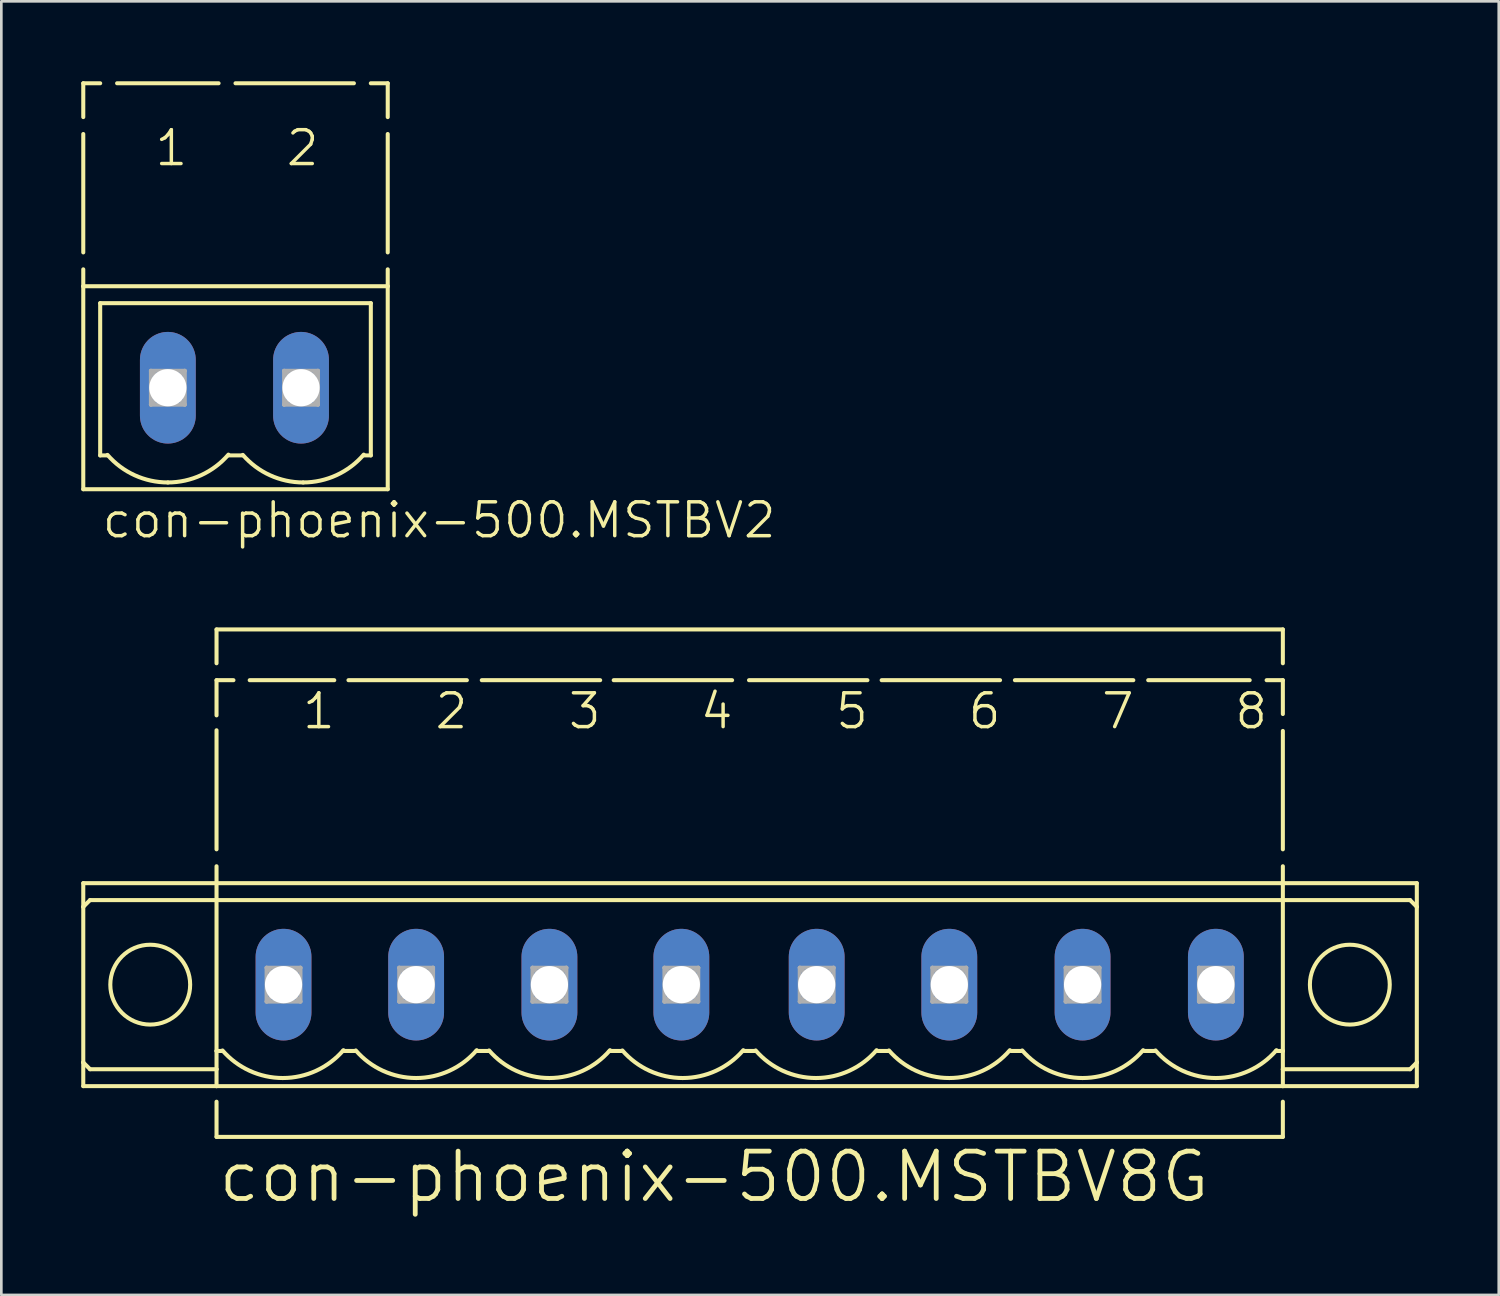
<source format=kicad_pcb>
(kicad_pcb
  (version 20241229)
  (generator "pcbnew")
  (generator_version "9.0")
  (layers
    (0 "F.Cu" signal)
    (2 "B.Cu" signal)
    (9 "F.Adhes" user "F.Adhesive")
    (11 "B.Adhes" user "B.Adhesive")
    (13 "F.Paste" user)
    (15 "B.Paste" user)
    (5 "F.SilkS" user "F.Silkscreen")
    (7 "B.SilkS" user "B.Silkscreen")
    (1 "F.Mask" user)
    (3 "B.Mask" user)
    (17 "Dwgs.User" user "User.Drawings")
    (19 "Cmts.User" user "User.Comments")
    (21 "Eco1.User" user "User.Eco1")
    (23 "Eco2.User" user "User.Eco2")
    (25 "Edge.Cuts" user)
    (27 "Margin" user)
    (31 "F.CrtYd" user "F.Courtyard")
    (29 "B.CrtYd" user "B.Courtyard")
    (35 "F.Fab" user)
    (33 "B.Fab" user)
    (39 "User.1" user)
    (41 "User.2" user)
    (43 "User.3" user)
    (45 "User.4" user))
  (footprint "con-phoenix-500.MSTBV8G"
    (layer "F.Cu")
    (at 25.094 33.915)
    (property "Reference" "con-phoenix-500.MSTBV8G" (at -20.04 8.255 0) (layer "F.SilkS") (effects (font (size 1.778 1.778) (thickness 0.18)) (justify left bottom)))
    (attr through_hole)
    (fp_line (start -25.018 -2.921) (end -25.018 -3.81) (stroke (width 0.152) (type default)) (layer "F.SilkS"))
    (fp_line (start -25.018 -2.921) (end -25.018 2.921) (stroke (width 0.152) (type default)) (layer "F.SilkS"))
    (fp_line (start -25.018 2.921) (end -25.018 3.81) (stroke (width 0.152) (type default)) (layer "F.SilkS"))
    (fp_line (start -24.764 -3.175) (end -25.018 -2.921) (stroke (width 0.152) (type default)) (layer "F.SilkS"))
    (fp_line (start -24.764 -3.175) (end -20.015 -3.175) (stroke (width 0.152) (type default)) (layer "F.SilkS"))
    (fp_line (start -24.764 3.175) (end -25.018 2.921) (stroke (width 0.152) (type default)) (layer "F.SilkS"))
    (fp_line (start -20.015 -13.335) (end -20.015 -12.065) (stroke (width 0.152) (type default)) (layer "F.SilkS"))
    (fp_line (start -20.015 -11.43) (end -20.015 -10.109) (stroke (width 0.152) (type default)) (layer "F.SilkS"))
    (fp_line (start -20.015 -11.43) (end -19.38 -11.43) (stroke (width 0.152) (type default)) (layer "F.SilkS"))
    (fp_line (start -20.015 -9.55) (end -20.015 -5.08) (stroke (width 0.152) (type default)) (layer "F.SilkS"))
    (fp_line (start -20.015 -4.445) (end -20.015 -3.81) (stroke (width 0.152) (type default)) (layer "F.SilkS"))
    (fp_line (start -20.015 -3.81) (end -25.018 -3.81) (stroke (width 0.152) (type default)) (layer "F.SilkS"))
    (fp_line (start -20.015 -3.81) (end -20.015 -3.175) (stroke (width 0.152) (type default)) (layer "F.SilkS"))
    (fp_line (start -20.015 -3.81) (end 20.016 -3.81) (stroke (width 0.152) (type default)) (layer "F.SilkS"))
    (fp_line (start -20.015 -3.175) (end -20.015 2.489) (stroke (width 0.152) (type default)) (layer "F.SilkS"))
    (fp_line (start -20.015 -3.175) (end 20.016 -3.175) (stroke (width 0.152) (type default)) (layer "F.SilkS"))
    (fp_line (start -20.015 2.489) (end -20.015 3.175) (stroke (width 0.152) (type default)) (layer "F.SilkS"))
    (fp_line (start -20.015 2.489) (end -19.811 2.489) (stroke (width 0.152) (type default)) (layer "F.SilkS"))
    (fp_line (start -20.015 3.175) (end -24.764 3.175) (stroke (width 0.152) (type default)) (layer "F.SilkS"))
    (fp_line (start -20.015 3.175) (end -20.015 3.81) (stroke (width 0.152) (type default)) (layer "F.SilkS"))
    (fp_line (start -20.015 3.81) (end -25.018 3.81) (stroke (width 0.152) (type default)) (layer "F.SilkS"))
    (fp_line (start -20.015 3.81) (end 20.016 3.81) (stroke (width 0.152) (type default)) (layer "F.SilkS"))
    (fp_line (start -20.015 4.394) (end -20.015 5.715) (stroke (width 0.152) (type default)) (layer "F.SilkS"))
    (fp_line (start -18.77 -11.43) (end -15.595 -11.43) (stroke (width 0.152) (type default)) (layer "F.SilkS"))
    (fp_line (start -15.265 2.489) (end -14.808 2.489) (stroke (width 0.152) (type default)) (layer "F.SilkS"))
    (fp_line (start -15.062 -11.43) (end -10.617 -11.43) (stroke (width 0.152) (type default)) (layer "F.SilkS"))
    (fp_line (start -10.261 2.489) (end -9.804 2.489) (stroke (width 0.152) (type default)) (layer "F.SilkS"))
    (fp_line (start -10.058 -11.43) (end -5.613 -11.43) (stroke (width 0.152) (type default)) (layer "F.SilkS"))
    (fp_line (start -5.257 2.489) (end -4.8 2.489) (stroke (width 0.152) (type default)) (layer "F.SilkS"))
    (fp_line (start -5.105 -11.43) (end -0.66 -11.43) (stroke (width 0.152) (type default)) (layer "F.SilkS"))
    (fp_line (start -0.228 2.489) (end 0.204 2.489) (stroke (width 0.152) (type default)) (layer "F.SilkS"))
    (fp_line (start -0.025 -11.43) (end 4.42 -11.43) (stroke (width 0.152) (type default)) (layer "F.SilkS"))
    (fp_line (start 4.801 2.489) (end 5.208 2.489) (stroke (width 0.152) (type default)) (layer "F.SilkS"))
    (fp_line (start 4.954 -11.43) (end 9.399 -11.43) (stroke (width 0.152) (type default)) (layer "F.SilkS"))
    (fp_line (start 9.805 2.489) (end 10.211 2.489) (stroke (width 0.152) (type default)) (layer "F.SilkS"))
    (fp_line (start 9.957 -11.43) (end 14.402 -11.43) (stroke (width 0.152) (type default)) (layer "F.SilkS"))
    (fp_line (start 14.809 2.489) (end 15.215 2.489) (stroke (width 0.152) (type default)) (layer "F.SilkS"))
    (fp_line (start 14.961 -11.43) (end 18.771 -11.43) (stroke (width 0.152) (type default)) (layer "F.SilkS"))
    (fp_line (start 19.406 -11.43) (end 20.016 -11.43) (stroke (width 0.152) (type default)) (layer "F.SilkS"))
    (fp_line (start 19.762 2.489) (end 20.016 2.489) (stroke (width 0.152) (type default)) (layer "F.SilkS"))
    (fp_line (start 20.016 -13.335) (end -20.015 -13.335) (stroke (width 0.152) (type default)) (layer "F.SilkS"))
    (fp_line (start 20.016 -13.335) (end 20.016 -12.065) (stroke (width 0.152) (type default)) (layer "F.SilkS"))
    (fp_line (start 20.016 -11.43) (end 20.016 -10.16) (stroke (width 0.152) (type default)) (layer "F.SilkS"))
    (fp_line (start 20.016 -9.525) (end 20.016 -5.08) (stroke (width 0.152) (type default)) (layer "F.SilkS"))
    (fp_line (start 20.016 -4.445) (end 20.016 -3.81) (stroke (width 0.152) (type default)) (layer "F.SilkS"))
    (fp_line (start 20.016 -3.81) (end 25.045 -3.81) (stroke (width 0.152) (type default)) (layer "F.SilkS"))
    (fp_line (start 20.016 -3.175) (end 20.016 -3.81) (stroke (width 0.152) (type default)) (layer "F.SilkS"))
    (fp_line (start 20.016 -3.175) (end 24.791 -3.175) (stroke (width 0.152) (type default)) (layer "F.SilkS"))
    (fp_line (start 20.016 2.489) (end 20.016 -3.175) (stroke (width 0.152) (type default)) (layer "F.SilkS"))
    (fp_line (start 20.016 3.175) (end 20.016 2.489) (stroke (width 0.152) (type default)) (layer "F.SilkS"))
    (fp_line (start 20.016 3.81) (end 20.016 3.175) (stroke (width 0.152) (type default)) (layer "F.SilkS"))
    (fp_line (start 20.016 3.81) (end 25.045 3.81) (stroke (width 0.152) (type default)) (layer "F.SilkS"))
    (fp_line (start 20.016 4.394) (end 20.016 5.715) (stroke (width 0.152) (type default)) (layer "F.SilkS"))
    (fp_line (start 20.016 5.715) (end -20.015 5.715) (stroke (width 0.152) (type default)) (layer "F.SilkS"))
    (fp_line (start 24.791 -3.175) (end 25.045 -2.921) (stroke (width 0.152) (type default)) (layer "F.SilkS"))
    (fp_line (start 24.791 3.175) (end 20.016 3.175) (stroke (width 0.152) (type default)) (layer "F.SilkS"))
    (fp_line (start 24.791 3.175) (end 25.045 2.921) (stroke (width 0.152) (type default)) (layer "F.SilkS"))
    (fp_line (start 25.045 -2.921) (end 25.045 -3.81) (stroke (width 0.152) (type default)) (layer "F.SilkS"))
    (fp_line (start 25.045 2.921) (end 25.045 -2.921) (stroke (width 0.152) (type default)) (layer "F.SilkS"))
    (fp_line (start 25.045 2.921) (end 25.045 3.81) (stroke (width 0.152) (type default)) (layer "F.SilkS"))
    (fp_arc (start -17.5254 3.5053) (mid -18.770386 3.234481) (end -19.7904 2.471) (stroke (width 0.1524) (type default)) (layer "F.SilkS"))
    (fp_arc (start -15.2516 2.4608) (mid -16.274299 3.231631) (end -17.5254 3.5052) (stroke (width 0.1524) (type default)) (layer "F.SilkS"))
    (fp_arc (start -12.5216 3.5052) (mid -13.766577 3.234436) (end -14.7866 2.471) (stroke (width 0.1524) (type default)) (layer "F.SilkS"))
    (fp_arc (start -10.2478 2.4608) (mid -11.270499 3.231631) (end -12.5216 3.5052) (stroke (width 0.1524) (type default)) (layer "F.SilkS"))
    (fp_arc (start -7.5178 3.5052) (mid -8.762777 3.234436) (end -9.7828 2.471) (stroke (width 0.1524) (type default)) (layer "F.SilkS"))
    (fp_arc (start -5.244 2.4608) (mid -6.266699 3.231631) (end -7.5178 3.5052) (stroke (width 0.1524) (type default)) (layer "F.SilkS"))
    (fp_arc (start -2.514 3.5052) (mid -3.758977 3.234436) (end -4.779 2.471) (stroke (width 0.1524) (type default)) (layer "F.SilkS"))
    (fp_arc (start -0.2402 2.4608) (mid -1.262899 3.231631) (end -2.514 3.5052) (stroke (width 0.1524) (type default)) (layer "F.SilkS"))
    (fp_arc (start 2.4898 3.5052) (mid 1.244823 3.234436) (end 0.2248 2.471) (stroke (width 0.1524) (type default)) (layer "F.SilkS"))
    (fp_arc (start 4.7636 2.4608) (mid 3.740901 3.231631) (end 2.4898 3.5052) (stroke (width 0.1524) (type default)) (layer "F.SilkS"))
    (fp_arc (start 7.4936 3.5052) (mid 6.248623 3.234436) (end 5.2286 2.471) (stroke (width 0.1524) (type default)) (layer "F.SilkS"))
    (fp_arc (start 9.7674 2.4608) (mid 8.744701 3.231631) (end 7.4936 3.5052) (stroke (width 0.1524) (type default)) (layer "F.SilkS"))
    (fp_arc (start 12.4974 3.5052) (mid 11.252423 3.234436) (end 10.2324 2.471) (stroke (width 0.1524) (type default)) (layer "F.SilkS"))
    (fp_arc (start 14.7712 2.4608) (mid 13.748501 3.231631) (end 12.4974 3.5052) (stroke (width 0.1524) (type default)) (layer "F.SilkS"))
    (fp_arc (start 17.5012 3.5052) (mid 16.256223 3.234436) (end 15.2362 2.471) (stroke (width 0.1524) (type default)) (layer "F.SilkS"))
    (fp_arc (start 19.775 2.4608) (mid 18.752301 3.231631) (end 17.5012 3.5052) (stroke (width 0.1524) (type default)) (layer "F.SilkS"))
    (fp_circle (center -22.504 0) (end -21.005 0) (stroke (width 0.152) (type default)) (fill no) (layer "F.SilkS"))
    (fp_circle (center 22.53 0) (end 24.029 0) (stroke (width 0.152) (type default)) (fill no) (layer "F.SilkS"))
    (fp_line (start -18.135 -0.635) (end -18.135 0.635) (stroke (width 0.152) (type default)) (layer "F.Fab"))
    (fp_line (start -18.135 -0.635) (end -16.865 0.635) (stroke (width 0.152) (type default)) (layer "F.Fab"))
    (fp_line (start -18.135 0.635) (end -16.865 -0.635) (stroke (width 0.152) (type default)) (layer "F.Fab"))
    (fp_line (start -18.135 0.635) (end -16.865 0.635) (stroke (width 0.152) (type default)) (layer "F.Fab"))
    (fp_line (start -16.865 -0.635) (end -18.135 -0.635) (stroke (width 0.152) (type default)) (layer "F.Fab"))
    (fp_line (start -16.865 0.635) (end -16.865 -0.635) (stroke (width 0.152) (type default)) (layer "F.Fab"))
    (fp_line (start -13.157 -0.635) (end -13.157 0.635) (stroke (width 0.152) (type default)) (layer "F.Fab"))
    (fp_line (start -13.157 -0.635) (end -11.887 0.635) (stroke (width 0.152) (type default)) (layer "F.Fab"))
    (fp_line (start -13.157 0.635) (end -11.887 -0.635) (stroke (width 0.152) (type default)) (layer "F.Fab"))
    (fp_line (start -13.157 0.635) (end -11.887 0.635) (stroke (width 0.152) (type default)) (layer "F.Fab"))
    (fp_line (start -11.887 -0.635) (end -13.157 -0.635) (stroke (width 0.152) (type default)) (layer "F.Fab"))
    (fp_line (start -11.887 0.635) (end -11.887 -0.635) (stroke (width 0.152) (type default)) (layer "F.Fab"))
    (fp_line (start -8.153 -0.635) (end -8.153 0.635) (stroke (width 0.152) (type default)) (layer "F.Fab"))
    (fp_line (start -8.153 -0.635) (end -6.883 0.635) (stroke (width 0.152) (type default)) (layer "F.Fab"))
    (fp_line (start -8.153 0.635) (end -6.883 -0.635) (stroke (width 0.152) (type default)) (layer "F.Fab"))
    (fp_line (start -8.153 0.635) (end -6.883 0.635) (stroke (width 0.152) (type default)) (layer "F.Fab"))
    (fp_line (start -6.883 -0.635) (end -8.153 -0.635) (stroke (width 0.152) (type default)) (layer "F.Fab"))
    (fp_line (start -6.883 0.635) (end -6.883 -0.635) (stroke (width 0.152) (type default)) (layer "F.Fab"))
    (fp_line (start -3.2 -0.635) (end -3.2 0.635) (stroke (width 0.152) (type default)) (layer "F.Fab"))
    (fp_line (start -3.2 -0.635) (end -1.93 0.635) (stroke (width 0.152) (type default)) (layer "F.Fab"))
    (fp_line (start -3.2 0.635) (end -1.93 -0.635) (stroke (width 0.152) (type default)) (layer "F.Fab"))
    (fp_line (start -3.2 0.635) (end -1.93 0.635) (stroke (width 0.152) (type default)) (layer "F.Fab"))
    (fp_line (start -1.93 -0.635) (end -3.2 -0.635) (stroke (width 0.152) (type default)) (layer "F.Fab"))
    (fp_line (start -1.93 0.635) (end -1.93 -0.635) (stroke (width 0.152) (type default)) (layer "F.Fab"))
    (fp_line (start 1.88 -0.635) (end 1.88 0.635) (stroke (width 0.152) (type default)) (layer "F.Fab"))
    (fp_line (start 1.88 -0.635) (end 3.15 0.635) (stroke (width 0.152) (type default)) (layer "F.Fab"))
    (fp_line (start 1.88 0.635) (end 3.15 -0.635) (stroke (width 0.152) (type default)) (layer "F.Fab"))
    (fp_line (start 1.88 0.635) (end 3.15 0.635) (stroke (width 0.152) (type default)) (layer "F.Fab"))
    (fp_line (start 3.15 -0.635) (end 1.88 -0.635) (stroke (width 0.152) (type default)) (layer "F.Fab"))
    (fp_line (start 3.15 0.635) (end 3.15 -0.635) (stroke (width 0.152) (type default)) (layer "F.Fab"))
    (fp_line (start 6.859 -0.635) (end 6.859 0.635) (stroke (width 0.152) (type default)) (layer "F.Fab"))
    (fp_line (start 6.859 -0.635) (end 8.129 0.635) (stroke (width 0.152) (type default)) (layer "F.Fab"))
    (fp_line (start 6.859 0.635) (end 8.129 -0.635) (stroke (width 0.152) (type default)) (layer "F.Fab"))
    (fp_line (start 6.859 0.635) (end 8.129 0.635) (stroke (width 0.152) (type default)) (layer "F.Fab"))
    (fp_line (start 8.129 -0.635) (end 6.859 -0.635) (stroke (width 0.152) (type default)) (layer "F.Fab"))
    (fp_line (start 8.129 0.635) (end 8.129 -0.635) (stroke (width 0.152) (type default)) (layer "F.Fab"))
    (fp_line (start 11.862 -0.635) (end 11.862 0.635) (stroke (width 0.152) (type default)) (layer "F.Fab"))
    (fp_line (start 11.862 -0.635) (end 13.132 0.635) (stroke (width 0.152) (type default)) (layer "F.Fab"))
    (fp_line (start 11.862 0.635) (end 13.132 -0.635) (stroke (width 0.152) (type default)) (layer "F.Fab"))
    (fp_line (start 11.862 0.635) (end 13.132 0.635) (stroke (width 0.152) (type default)) (layer "F.Fab"))
    (fp_line (start 13.132 -0.635) (end 11.862 -0.635) (stroke (width 0.152) (type default)) (layer "F.Fab"))
    (fp_line (start 13.132 0.635) (end 13.132 -0.635) (stroke (width 0.152) (type default)) (layer "F.Fab"))
    (fp_line (start 16.866 -0.635) (end 16.866 0.635) (stroke (width 0.152) (type default)) (layer "F.Fab"))
    (fp_line (start 16.866 -0.635) (end 18.136 0.635) (stroke (width 0.152) (type default)) (layer "F.Fab"))
    (fp_line (start 16.866 0.635) (end 18.136 -0.635) (stroke (width 0.152) (type default)) (layer "F.Fab"))
    (fp_line (start 16.866 0.635) (end 18.136 0.635) (stroke (width 0.152) (type default)) (layer "F.Fab"))
    (fp_line (start 18.136 -0.635) (end 16.866 -0.635) (stroke (width 0.152) (type default)) (layer "F.Fab"))
    (fp_line (start 18.136 0.635) (end 18.136 -0.635) (stroke (width 0.152) (type default)) (layer "F.Fab"))
    (fp_text user "1" (at -16.865 -9.525 180) (layer "F.SilkS") (effects (font (size 1.27 1.27) (thickness 0.13)) (justify left bottom)))
    (fp_text user "7" (at 13.132 -9.525 180) (layer "F.SilkS") (effects (font (size 1.27 1.27) (thickness 0.13)) (justify left bottom)))
    (fp_text user "3" (at -6.883 -9.525 180) (layer "F.SilkS") (effects (font (size 1.27 1.27) (thickness 0.13)) (justify left bottom)))
    (fp_text user "8" (at 18.136 -9.525 180) (layer "F.SilkS") (effects (font (size 1.27 1.27) (thickness 0.13)) (justify left bottom)))
    (fp_text user "2" (at -11.887 -9.525 180) (layer "F.SilkS") (effects (font (size 1.27 1.27) (thickness 0.13)) (justify left bottom)))
    (fp_text user "4" (at -1.93 -9.525 180) (layer "F.SilkS") (effects (font (size 1.27 1.27) (thickness 0.13)) (justify left bottom)))
    (fp_text user "6" (at 8.129 -9.525 180) (layer "F.SilkS") (effects (font (size 1.27 1.27) (thickness 0.13)) (justify left bottom)))
    (fp_text user "5" (at 3.15 -9.525 180) (layer "F.SilkS") (effects (font (size 1.27 1.27) (thickness 0.13)) (justify left bottom)))
    (pad "1" thru_hole oval (at -17.5 0 90) (size 4.191 2.095) (drill 1.397) (layers "*.Cu" "*.Mask"))
    (pad "2" thru_hole oval (at -12.522 0 90) (size 4.191 2.095) (drill 1.397) (layers "*.Cu" "*.Mask"))
    (pad "3" thru_hole oval (at -7.518 0 90) (size 4.191 2.095) (drill 1.397) (layers "*.Cu" "*.Mask"))
    (pad "4" thru_hole oval (at -2.565 0 90) (size 4.191 2.095) (drill 1.397) (layers "*.Cu" "*.Mask"))
    (pad "5" thru_hole oval (at 2.515 0 90) (size 4.191 2.095) (drill 1.397) (layers "*.Cu" "*.Mask"))
    (pad "6" thru_hole oval (at 7.494 0 90) (size 4.191 2.095) (drill 1.397) (layers "*.Cu" "*.Mask"))
    (pad "7" thru_hole oval (at 12.497 0 90) (size 4.191 2.095) (drill 1.397) (layers "*.Cu" "*.Mask"))
    (pad "8" thru_hole oval (at 17.501 0 90) (size 4.191 2.095) (drill 1.397) (layers "*.Cu" "*.Mask")))
  (footprint "con-phoenix-500.MSTBV2"
    (layer "F.Cu")
    (at 5.751 11.506)
    (property "Reference" "con-phoenix-500.MSTBV2" (at -5.04 5.715 0) (layer "F.SilkS") (effects (font (size 1.27 1.27) (thickness 0.13)) (justify left bottom)))
    (attr through_hole)
    (fp_line (start -5.675 -11.43) (end -5.675 -10.16) (stroke (width 0.152) (type default)) (layer "F.SilkS"))
    (fp_line (start -5.675 -11.43) (end -5.04 -11.43) (stroke (width 0.152) (type default)) (layer "F.SilkS"))
    (fp_line (start -5.675 -9.525) (end -5.675 -5.08) (stroke (width 0.152) (type default)) (layer "F.SilkS"))
    (fp_line (start -5.675 -4.445) (end -5.675 -3.81) (stroke (width 0.152) (type default)) (layer "F.SilkS"))
    (fp_line (start -5.675 -3.81) (end -5.675 3.81) (stroke (width 0.152) (type default)) (layer "F.SilkS"))
    (fp_line (start -5.675 -3.81) (end 5.755 -3.81) (stroke (width 0.152) (type default)) (layer "F.SilkS"))
    (fp_line (start -5.675 3.81) (end 5.755 3.81) (stroke (width 0.152) (type default)) (layer "F.SilkS"))
    (fp_line (start -5.04 -3.175) (end 5.12 -3.175) (stroke (width 0.152) (type default)) (layer "F.SilkS"))
    (fp_line (start -5.04 2.54) (end -5.04 -3.175) (stroke (width 0.152) (type default)) (layer "F.SilkS"))
    (fp_line (start -5.04 2.54) (end -4.786 2.54) (stroke (width 0.152) (type default)) (layer "F.SilkS"))
    (fp_line (start -4.405 -11.43) (end -0.595 -11.43) (stroke (width 0.152) (type default)) (layer "F.SilkS"))
    (fp_line (start -0.214 2.54) (end 0.294 2.54) (stroke (width 0.152) (type default)) (layer "F.SilkS"))
    (fp_line (start 0.04 -11.43) (end 4.485 -11.43) (stroke (width 0.152) (type default)) (layer "F.SilkS"))
    (fp_line (start 4.866 2.54) (end 5.12 2.54) (stroke (width 0.152) (type default)) (layer "F.SilkS"))
    (fp_line (start 5.12 -11.43) (end 5.755 -11.43) (stroke (width 0.152) (type default)) (layer "F.SilkS"))
    (fp_line (start 5.12 -3.175) (end 5.12 2.54) (stroke (width 0.152) (type default)) (layer "F.SilkS"))
    (fp_line (start 5.755 -11.43) (end 5.755 -10.16) (stroke (width 0.152) (type default)) (layer "F.SilkS"))
    (fp_line (start 5.755 -9.525) (end 5.755 -5.08) (stroke (width 0.152) (type default)) (layer "F.SilkS"))
    (fp_line (start 5.755 -4.445) (end 5.755 -3.81) (stroke (width 0.152) (type default)) (layer "F.SilkS"))
    (fp_line (start 5.755 3.81) (end 5.755 -3.81) (stroke (width 0.152) (type default)) (layer "F.SilkS"))
    (fp_arc (start -2.5 3.5561) (mid -3.744986 3.285281) (end -4.765 2.5218) (stroke (width 0.1524) (type default)) (layer "F.SilkS"))
    (fp_arc (start -0.2262 2.5116) (mid -1.248899 3.282431) (end -2.5 3.556) (stroke (width 0.1524) (type default)) (layer "F.SilkS"))
    (fp_arc (start 2.58 3.556) (mid 1.335023 3.285236) (end 0.315 2.5218) (stroke (width 0.1524) (type default)) (layer "F.SilkS"))
    (fp_arc (start 4.8538 2.5116) (mid 3.831101 3.282431) (end 2.58 3.556) (stroke (width 0.1524) (type default)) (layer "F.SilkS"))
    (fp_line (start -3.135 -0.635) (end -3.135 0.635) (stroke (width 0.152) (type default)) (layer "F.Fab"))
    (fp_line (start -3.135 -0.635) (end -1.865 0.635) (stroke (width 0.152) (type default)) (layer "F.Fab"))
    (fp_line (start -3.135 0.635) (end -1.865 -0.635) (stroke (width 0.152) (type default)) (layer "F.Fab"))
    (fp_line (start -3.135 0.635) (end -1.865 0.635) (stroke (width 0.152) (type default)) (layer "F.Fab"))
    (fp_line (start -1.865 -0.635) (end -3.135 -0.635) (stroke (width 0.152) (type default)) (layer "F.Fab"))
    (fp_line (start -1.865 0.635) (end -1.865 -0.635) (stroke (width 0.152) (type default)) (layer "F.Fab"))
    (fp_line (start 1.865 -0.635) (end 1.865 0.635) (stroke (width 0.152) (type default)) (layer "F.Fab"))
    (fp_line (start 1.865 -0.635) (end 3.135 0.635) (stroke (width 0.152) (type default)) (layer "F.Fab"))
    (fp_line (start 1.865 0.635) (end 3.135 -0.635) (stroke (width 0.152) (type default)) (layer "F.Fab"))
    (fp_line (start 1.865 0.635) (end 3.135 0.635) (stroke (width 0.152) (type default)) (layer "F.Fab"))
    (fp_line (start 3.135 -0.635) (end 1.865 -0.635) (stroke (width 0.152) (type default)) (layer "F.Fab"))
    (fp_line (start 3.135 0.635) (end 3.135 -0.635) (stroke (width 0.152) (type default)) (layer "F.Fab"))
    (fp_text user "2" (at 1.869 -8.255 0) (layer "F.SilkS") (effects (font (size 1.27 1.27) (thickness 0.13)) (justify left bottom)))
    (fp_text user "1" (at -3.059 -8.255 0) (layer "F.SilkS") (effects (font (size 1.27 1.27) (thickness 0.13)) (justify left bottom)))
    (pad "1" thru_hole oval (at -2.5 0 90) (size 4.191 2.095) (drill 1.397) (layers "*.Cu" "*.Mask"))
    (pad "2" thru_hole oval (at 2.5 0 90) (size 4.191 2.095) (drill 1.397) (layers "*.Cu" "*.Mask")))
  (gr_rect
    (start -3 -3)
    (end 53.215 45.564)
    (stroke (width 0.1) (type default))
    (fill no)
    (layer "Edge.Cuts")))
</source>
